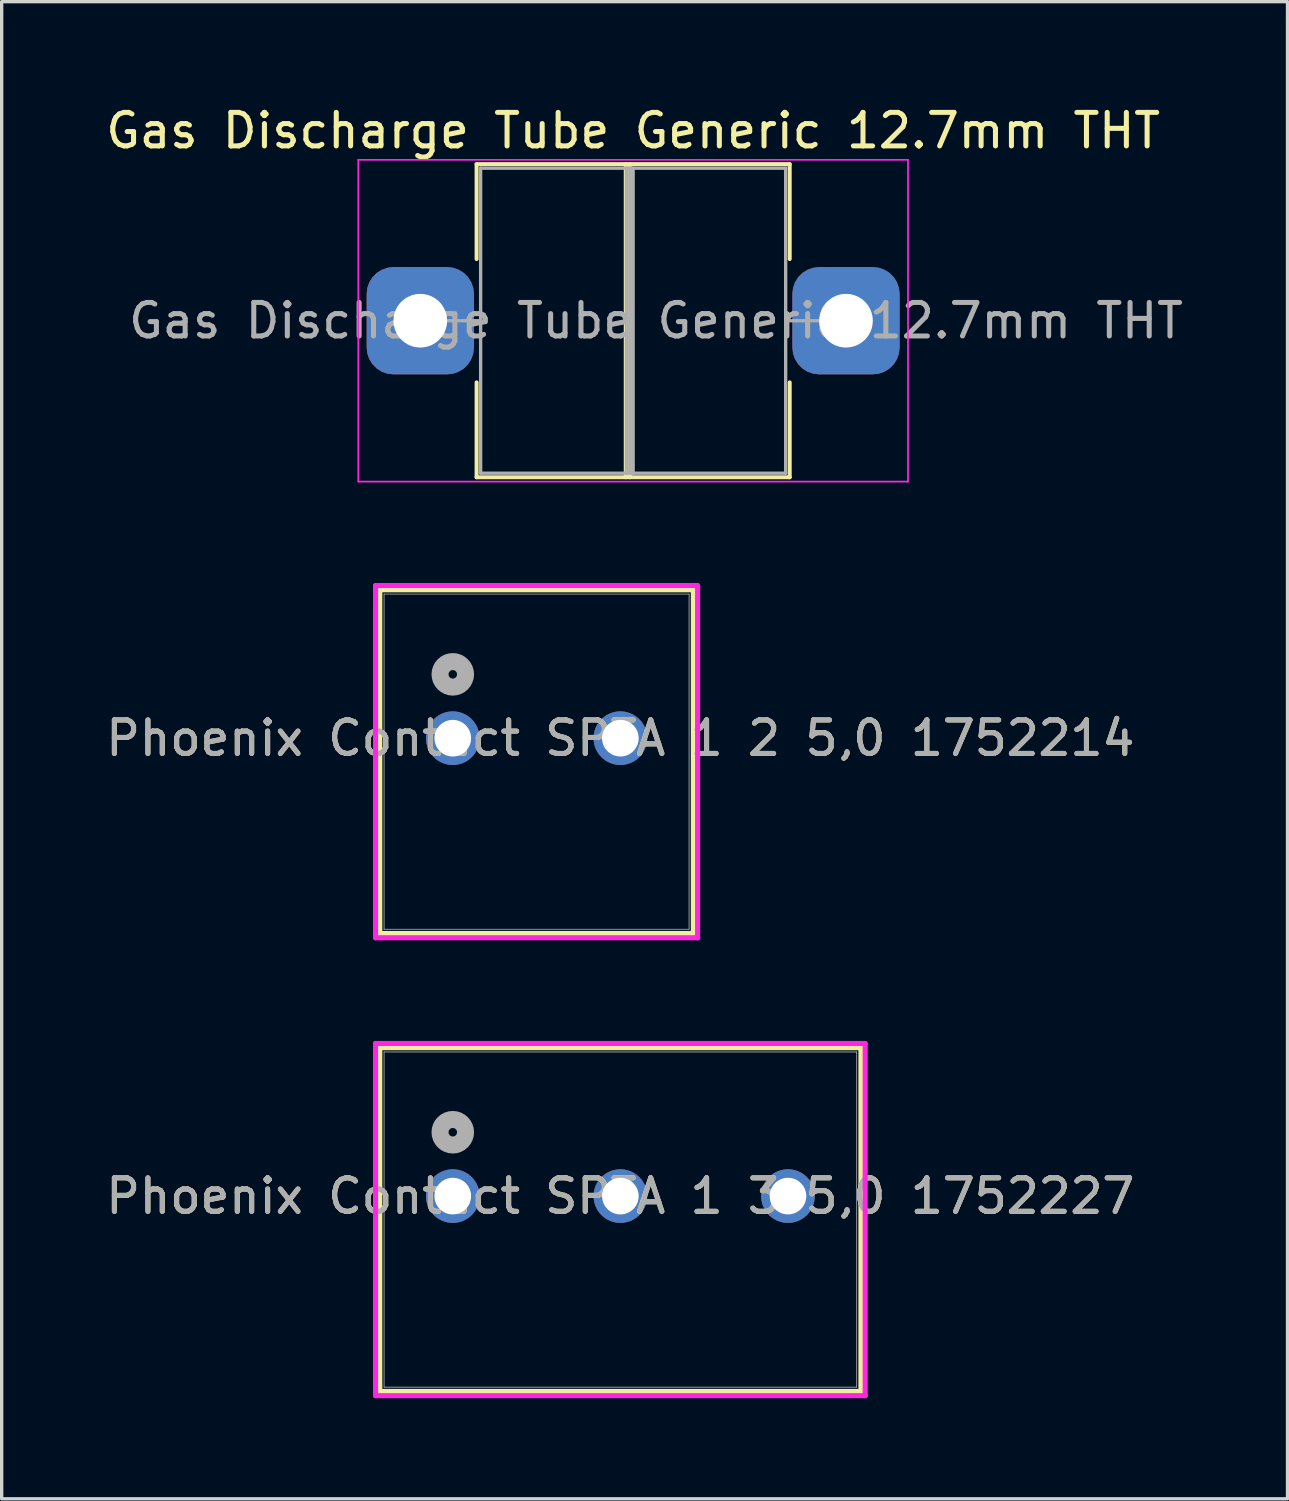
<source format=kicad_pcb>
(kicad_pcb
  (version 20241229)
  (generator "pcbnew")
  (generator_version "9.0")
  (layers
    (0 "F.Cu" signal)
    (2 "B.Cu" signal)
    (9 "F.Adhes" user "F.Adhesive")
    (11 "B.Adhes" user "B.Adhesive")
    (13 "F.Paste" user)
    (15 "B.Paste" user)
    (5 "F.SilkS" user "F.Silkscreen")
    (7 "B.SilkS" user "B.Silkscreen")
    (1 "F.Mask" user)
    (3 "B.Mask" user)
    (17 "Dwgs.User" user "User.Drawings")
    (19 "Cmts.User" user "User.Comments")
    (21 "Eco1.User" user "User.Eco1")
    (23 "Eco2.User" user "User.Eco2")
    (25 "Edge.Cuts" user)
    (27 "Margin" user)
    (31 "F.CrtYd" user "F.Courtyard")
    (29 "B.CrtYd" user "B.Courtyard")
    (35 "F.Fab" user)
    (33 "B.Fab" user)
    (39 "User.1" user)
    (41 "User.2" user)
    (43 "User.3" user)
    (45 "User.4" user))
  (footprint "Gas Discharge Tube Generic 12.7mm THT"
    (layer "F.Cu")
    (at 9.489 6.518)
    (property "Reference" "Gas Discharge Tube Generic 12.7mm THT" (at 6.35 -5.67 0) (layer "F.SilkS") (effects (font (size 1 1) (thickness 0.15))))
    (attr through_hole)
    (fp_line (start 1.68 -4.67) (end 11.02 -4.67) (stroke (width 0.12) (type solid)) (layer "F.SilkS"))
    (fp_line (start 1.68 -1.84) (end 1.68 -4.67) (stroke (width 0.12) (type solid)) (layer "F.SilkS"))
    (fp_line (start 1.68 1.84) (end 1.68 4.67) (stroke (width 0.12) (type solid)) (layer "F.SilkS"))
    (fp_line (start 1.68 4.67) (end 11.02 4.67) (stroke (width 0.12) (type solid)) (layer "F.SilkS"))
    (fp_line (start 6.13 -4.67) (end 6.13 4.67) (stroke (width 0.12) (type solid)) (layer "F.SilkS"))
    (fp_line (start 6.25 -4.67) (end 6.25 4.67) (stroke (width 0.12) (type solid)) (layer "F.SilkS"))
    (fp_line (start 11.02 -4.67) (end 11.02 -1.84) (stroke (width 0.12) (type solid)) (layer "F.SilkS"))
    (fp_line (start 11.02 4.67) (end 11.02 1.84) (stroke (width 0.12) (type solid)) (layer "F.SilkS"))
    (fp_line (start -1.85 -4.8) (end -1.85 4.8) (stroke (width 0.05) (type solid)) (layer "F.CrtYd"))
    (fp_line (start -1.85 4.8) (end 14.55 4.8) (stroke (width 0.05) (type solid)) (layer "F.CrtYd"))
    (fp_line (start 14.55 -4.8) (end -1.85 -4.8) (stroke (width 0.05) (type solid)) (layer "F.CrtYd"))
    (fp_line (start 14.55 4.8) (end 14.55 -4.8) (stroke (width 0.05) (type solid)) (layer "F.CrtYd"))
    (fp_line (start 0 0) (end 1.8 0) (stroke (width 0.1) (type solid)) (layer "F.Fab"))
    (fp_line (start 1.8 -4.55) (end 1.8 4.55) (stroke (width 0.1) (type solid)) (layer "F.Fab"))
    (fp_line (start 1.8 4.55) (end 10.9 4.55) (stroke (width 0.1) (type solid)) (layer "F.Fab"))
    (fp_line (start 6.15 -4.55) (end 6.15 4.55) (stroke (width 0.1) (type solid)) (layer "F.Fab"))
    (fp_line (start 6.25 -4.55) (end 6.25 4.55) (stroke (width 0.1) (type solid)) (layer "F.Fab"))
    (fp_line (start 6.35 -4.55) (end 6.35 4.55) (stroke (width 0.1) (type solid)) (layer "F.Fab"))
    (fp_line (start 10.9 -4.55) (end 1.8 -4.55) (stroke (width 0.1) (type solid)) (layer "F.Fab"))
    (fp_line (start 10.9 4.55) (end 10.9 -4.55) (stroke (width 0.1) (type solid)) (layer "F.Fab"))
    (fp_line (start 12.7 0) (end 10.9 0) (stroke (width 0.1) (type solid)) (layer "F.Fab"))
    (fp_text user "${REFERENCE}" (at 7.032 0 0) (layer "F.Fab") (effects (font (size 1 1) (thickness 0.15))))
    (pad "1" thru_hole roundrect (at 0 0) (size 3.2 3.2) (drill 1.6) (layers "*.Cu" "*.Mask") (roundrect_rratio 0.25))
    (pad "3" thru_hole roundrect (at 12.7 0) (size 3.2 3.2) (drill 1.6) (layers "*.Cu" "*.Mask") (roundrect_rratio 0.25)))
  (footprint "Phoenix Contact SPTA 1 2 5,0 1752214"
    (layer "F.Cu")
    (at 10.458 18.973)
    (property "Reference" "Phoenix Contact SPTA 1 2 5,0 1752214" (at 5 0 0) (unlocked yes) (layer "F.SilkS") (effects (font (size 1 1) (thickness 0.15))))
    (attr through_hole)
    (fp_line (start -2.177 -4.427) (end -2.177 5.827) (stroke (width 0.152) (type solid)) (layer "F.SilkS"))
    (fp_line (start -2.177 5.827) (end 7.177 5.827) (stroke (width 0.152) (type solid)) (layer "F.SilkS"))
    (fp_line (start 7.177 -4.427) (end -2.177 -4.427) (stroke (width 0.152) (type solid)) (layer "F.SilkS"))
    (fp_line (start 7.177 5.827) (end 7.177 -4.427) (stroke (width 0.152) (type solid)) (layer "F.SilkS"))
    (fp_line (start -2.304 -4.554) (end -2.304 5.954) (stroke (width 0.152) (type solid)) (layer "F.CrtYd"))
    (fp_line (start -2.304 5.954) (end 7.304 5.954) (stroke (width 0.152) (type solid)) (layer "F.CrtYd"))
    (fp_line (start 7.304 -4.554) (end -2.304 -4.554) (stroke (width 0.152) (type solid)) (layer "F.CrtYd"))
    (fp_line (start 7.304 5.954) (end 7.304 -4.554) (stroke (width 0.152) (type solid)) (layer "F.CrtYd"))
    (fp_line (start -2.05 -4.3) (end -2.05 5.7) (stroke (width 0.025) (type solid)) (layer "F.Fab"))
    (fp_line (start -2.05 5.7) (end 7.05 5.7) (stroke (width 0.025) (type solid)) (layer "F.Fab"))
    (fp_line (start 7.05 -4.3) (end -2.05 -4.3) (stroke (width 0.025) (type solid)) (layer "F.Fab"))
    (fp_line (start 7.05 5.7) (end 7.05 -4.3) (stroke (width 0.025) (type solid)) (layer "F.Fab"))
    (fp_circle (center 0 -1.905) (end 0.381 -1.905) (stroke (width 0.508) (type solid)) (fill no) (layer "F.Fab"))
    (fp_text user "${REFERENCE}" (at 5 0 0) (unlocked yes) (layer "F.Fab") (effects (font (size 1 1) (thickness 0.15))))
    (pad "1" thru_hole circle (at 0 0) (size 1.6 1.6) (drill 1.092) (layers "*.Cu" "*.Mask"))
    (pad "2" thru_hole circle (at 5 0) (size 1.6 1.6) (drill 1.092) (layers "*.Cu" "*.Mask")))
  (footprint "Phoenix Contact SPTA 1 3 5,0 1752227"
    (layer "F.Cu")
    (at 10.458 32.634)
    (property "Reference" "Phoenix Contact SPTA 1 3 5,0 1752227" (at 5 0 0) (unlocked yes) (layer "F.SilkS") (effects (font (size 1 1) (thickness 0.15))))
    (attr through_hole)
    (fp_line (start -2.177 -4.427) (end -2.177 5.827) (stroke (width 0.152) (type solid)) (layer "F.SilkS"))
    (fp_line (start -2.177 5.827) (end 12.177 5.827) (stroke (width 0.152) (type solid)) (layer "F.SilkS"))
    (fp_line (start 12.177 -4.427) (end -2.177 -4.427) (stroke (width 0.152) (type solid)) (layer "F.SilkS"))
    (fp_line (start 12.177 5.827) (end 12.177 -4.427) (stroke (width 0.152) (type solid)) (layer "F.SilkS"))
    (fp_line (start -2.304 -4.554) (end -2.304 5.954) (stroke (width 0.152) (type solid)) (layer "F.CrtYd"))
    (fp_line (start -2.304 5.954) (end 12.304 5.954) (stroke (width 0.152) (type solid)) (layer "F.CrtYd"))
    (fp_line (start 12.304 -4.554) (end -2.304 -4.554) (stroke (width 0.152) (type solid)) (layer "F.CrtYd"))
    (fp_line (start 12.304 5.954) (end 12.304 -4.554) (stroke (width 0.152) (type solid)) (layer "F.CrtYd"))
    (fp_line (start -2.05 -4.3) (end -2.05 5.7) (stroke (width 0.025) (type solid)) (layer "F.Fab"))
    (fp_line (start -2.05 5.7) (end 12.05 5.7) (stroke (width 0.025) (type solid)) (layer "F.Fab"))
    (fp_line (start 12.05 -4.3) (end -2.05 -4.3) (stroke (width 0.025) (type solid)) (layer "F.Fab"))
    (fp_line (start 12.05 5.7) (end 12.05 -4.3) (stroke (width 0.025) (type solid)) (layer "F.Fab"))
    (fp_circle (center 0 -1.905) (end 0.381 -1.905) (stroke (width 0.508) (type solid)) (fill no) (layer "F.Fab"))
    (fp_text user "${REFERENCE}" (at 5 0 0) (unlocked yes) (layer "F.Fab") (effects (font (size 1 1) (thickness 0.15))))
    (pad "1" thru_hole circle (at 0 0) (size 1.6 1.6) (drill 1.092) (layers "*.Cu" "*.Mask"))
    (pad "2" thru_hole circle (at 5 0) (size 1.6 1.6) (drill 1.092) (layers "*.Cu" "*.Mask"))
    (pad "3" thru_hole circle (at 10 0) (size 1.6 1.6) (drill 1.092) (layers "*.Cu" "*.Mask")))
  (gr_rect
    (start -3 -3)
    (end 35.361 41.664)
    (stroke (width 0.1) (type default))
    (fill no)
    (layer "Edge.Cuts")))
</source>
